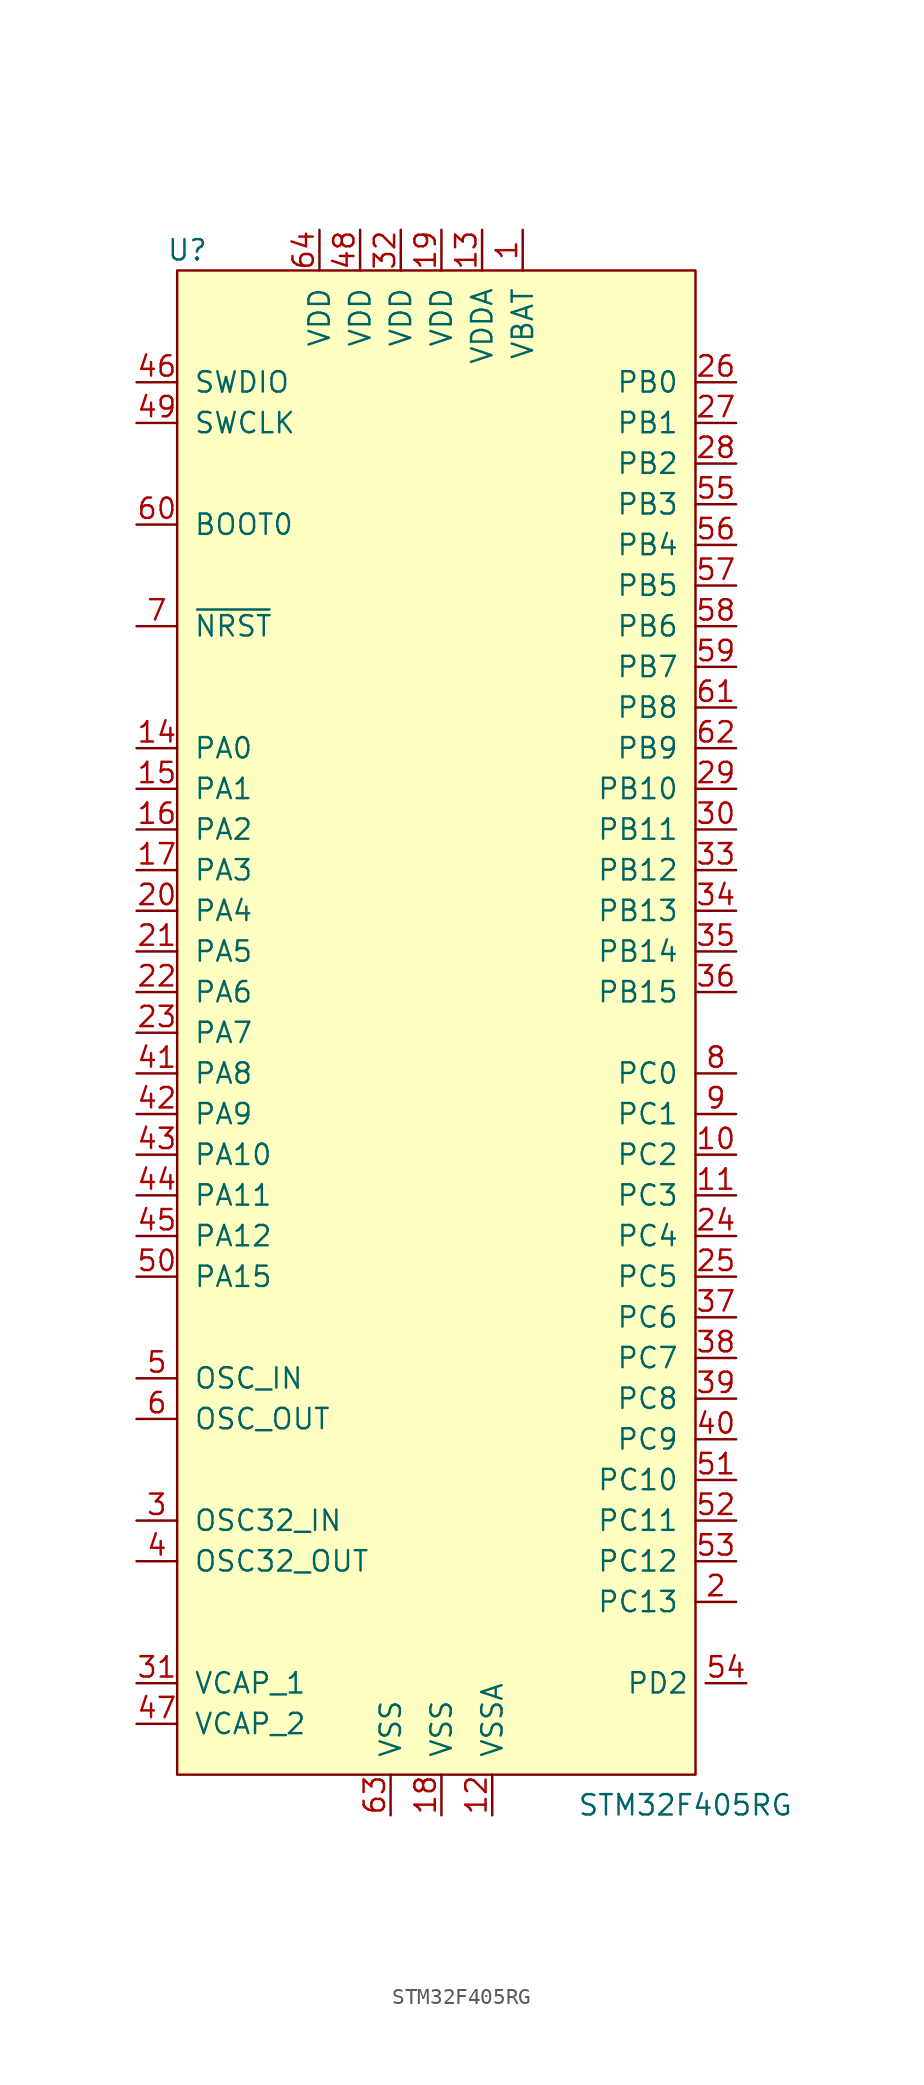
<source format=kicad_sym>
(kicad_symbol_lib
  (version 20231120)
  (generator "kicad_symbol_editor")
  (generator_version "8.0")
  (symbol "STM32F405RG"
    (pin_names
      (offset 1.016))
    (property "Reference" "U"
      (at -15.875 48.895 0)
      (effects (font (size 1.27 1.27))))
    (property "Value" "STM32F405RG"
      (at 15.24 -48.26 0)
      (effects (font (size 1.27 1.27))))
    (symbol "STM32F405RG_0_0"
      (pin power_in line (at 5.08 50.165 270) (length 2.54) (name "VBAT" (effects (font (size 1.27 1.27)))) (number "1" (effects (font (size 1.27 1.27)))))
      (pin bidirectional line (at 18.415 -7.62 180) (length 2.54) (name "PC2" (effects (font (size 1.27 1.27)))) (number "10" (effects (font (size 1.27 1.27)))))
      (pin bidirectional line (at 18.415 -10.16 180) (length 2.54) (name "PC3" (effects (font (size 1.27 1.27)))) (number "11" (effects (font (size 1.27 1.27)))))
      (pin power_in line (at 3.175 -48.895 90) (length 2.54) (name "VSSA" (effects (font (size 1.27 1.27)))) (number "12" (effects (font (size 1.27 1.27)))))
      (pin power_in line (at 2.54 50.165 270) (length 2.54) (name "VDDA" (effects (font (size 1.27 1.27)))) (number "13" (effects (font (size 1.27 1.27)))))
      (pin bidirectional line (at -19.05 17.78 0) (length 2.54) (name "PA0" (effects (font (size 1.27 1.27)))) (number "14" (effects (font (size 1.27 1.27)))))
      (pin bidirectional line (at -19.05 15.24 0) (length 2.54) (name "PA1" (effects (font (size 1.27 1.27)))) (number "15" (effects (font (size 1.27 1.27)))))
      (pin bidirectional line (at -19.05 12.7 0) (length 2.54) (name "PA2" (effects (font (size 1.27 1.27)))) (number "16" (effects (font (size 1.27 1.27)))))
      (pin bidirectional line (at -19.05 10.16 0) (length 2.54) (name "PA3" (effects (font (size 1.27 1.27)))) (number "17" (effects (font (size 1.27 1.27)))))
      (pin power_in line (at 0 -48.895 90) (length 2.54) (name "VSS" (effects (font (size 1.27 1.27)))) (number "18" (effects (font (size 1.27 1.27)))))
      (pin power_in line (at 0 50.165 270) (length 2.54) (name "VDD" (effects (font (size 1.27 1.27)))) (number "19" (effects (font (size 1.27 1.27)))))
      (pin bidirectional line (at 18.415 -35.56 180) (length 2.54) (name "PC13" (effects (font (size 1.27 1.27)))) (number "2" (effects (font (size 1.27 1.27)))))
      (pin bidirectional line (at -19.05 7.62 0) (length 2.54) (name "PA4" (effects (font (size 1.27 1.27)))) (number "20" (effects (font (size 1.27 1.27)))))
      (pin bidirectional line (at -19.05 5.08 0) (length 2.54) (name "PA5" (effects (font (size 1.27 1.27)))) (number "21" (effects (font (size 1.27 1.27)))))
      (pin bidirectional line (at -19.05 2.54 0) (length 2.54) (name "PA6" (effects (font (size 1.27 1.27)))) (number "22" (effects (font (size 1.27 1.27)))))
      (pin bidirectional line (at -19.05 0 0) (length 2.54) (name "PA7" (effects (font (size 1.27 1.27)))) (number "23" (effects (font (size 1.27 1.27)))))
      (pin bidirectional line (at 18.415 -12.7 180) (length 2.54) (name "PC4" (effects (font (size 1.27 1.27)))) (number "24" (effects (font (size 1.27 1.27)))))
      (pin bidirectional line (at 18.415 -15.24 180) (length 2.54) (name "PC5" (effects (font (size 1.27 1.27)))) (number "25" (effects (font (size 1.27 1.27)))))
      (pin bidirectional line (at 18.415 40.64 180) (length 2.54) (name "PB0" (effects (font (size 1.27 1.27)))) (number "26" (effects (font (size 1.27 1.27)))))
      (pin bidirectional line (at 18.415 38.1 180) (length 2.54) (name "PB1" (effects (font (size 1.27 1.27)))) (number "27" (effects (font (size 1.27 1.27)))))
      (pin bidirectional line (at 18.415 35.56 180) (length 2.54) (name "PB2" (effects (font (size 1.27 1.27)))) (number "28" (effects (font (size 1.27 1.27)))))
      (pin bidirectional line (at 18.415 15.24 180) (length 2.54) (name "PB10" (effects (font (size 1.27 1.27)))) (number "29" (effects (font (size 1.27 1.27)))))
      (pin input line (at -19.05 -30.48 0) (length 2.54) (name "OSC32_IN" (effects (font (size 1.27 1.27)))) (number "3" (effects (font (size 1.27 1.27)))))
      (pin bidirectional line (at 18.415 12.7 180) (length 2.54) (name "PB11" (effects (font (size 1.27 1.27)))) (number "30" (effects (font (size 1.27 1.27)))))
      (pin passive line (at -19.05 -40.64 0) (length 2.54) (name "VCAP_1" (effects (font (size 1.27 1.27)))) (number "31" (effects (font (size 1.27 1.27)))))
      (pin power_in line (at -2.54 50.165 270) (length 2.54) (name "VDD" (effects (font (size 1.27 1.27)))) (number "32" (effects (font (size 1.27 1.27)))))
      (pin bidirectional line (at 18.415 10.16 180) (length 2.54) (name "PB12" (effects (font (size 1.27 1.27)))) (number "33" (effects (font (size 1.27 1.27)))))
      (pin bidirectional line (at 18.415 7.62 180) (length 2.54) (name "PB13" (effects (font (size 1.27 1.27)))) (number "34" (effects (font (size 1.27 1.27)))))
      (pin bidirectional line (at 18.415 5.08 180) (length 2.54) (name "PB14" (effects (font (size 1.27 1.27)))) (number "35" (effects (font (size 1.27 1.27)))))
      (pin bidirectional line (at 18.415 2.54 180) (length 2.54) (name "PB15" (effects (font (size 1.27 1.27)))) (number "36" (effects (font (size 1.27 1.27)))))
      (pin bidirectional line (at 18.415 -17.78 180) (length 2.54) (name "PC6" (effects (font (size 1.27 1.27)))) (number "37" (effects (font (size 1.27 1.27)))))
      (pin bidirectional line (at 18.415 -20.32 180) (length 2.54) (name "PC7" (effects (font (size 1.27 1.27)))) (number "38" (effects (font (size 1.27 1.27)))))
      (pin bidirectional line (at 18.415 -22.86 180) (length 2.54) (name "PC8" (effects (font (size 1.27 1.27)))) (number "39" (effects (font (size 1.27 1.27)))))
      (pin output line (at -19.05 -33.02 0) (length 2.54) (name "OSC32_OUT" (effects (font (size 1.27 1.27)))) (number "4" (effects (font (size 1.27 1.27)))))
      (pin bidirectional line (at 18.415 -25.4 180) (length 2.54) (name "PC9" (effects (font (size 1.27 1.27)))) (number "40" (effects (font (size 1.27 1.27)))))
      (pin bidirectional line (at -19.05 -2.54 0) (length 2.54) (name "PA8" (effects (font (size 1.27 1.27)))) (number "41" (effects (font (size 1.27 1.27)))))
      (pin bidirectional line (at -19.05 -5.08 0) (length 2.54) (name "PA9" (effects (font (size 1.27 1.27)))) (number "42" (effects (font (size 1.27 1.27)))))
      (pin bidirectional line (at -19.05 -7.62 0) (length 2.54) (name "PA10" (effects (font (size 1.27 1.27)))) (number "43" (effects (font (size 1.27 1.27)))))
      (pin bidirectional line (at -19.05 -10.16 0) (length 2.54) (name "PA11" (effects (font (size 1.27 1.27)))) (number "44" (effects (font (size 1.27 1.27)))))
      (pin bidirectional line (at -19.05 -12.7 0) (length 2.54) (name "PA12" (effects (font (size 1.27 1.27)))) (number "45" (effects (font (size 1.27 1.27)))))
      (pin input line (at -19.05 40.64 0) (length 2.54) (name "SWDIO" (effects (font (size 1.27 1.27)))) (number "46" (effects (font (size 1.27 1.27)))))
      (pin passive line (at -19.05 -43.18 0) (length 2.54) (name "VCAP_2" (effects (font (size 1.27 1.27)))) (number "47" (effects (font (size 1.27 1.27)))))
      (pin power_in line (at -5.08 50.165 270) (length 2.54) (name "VDD" (effects (font (size 1.27 1.27)))) (number "48" (effects (font (size 1.27 1.27)))))
      (pin input line (at -19.05 38.1 0) (length 2.54) (name "SWCLK" (effects (font (size 1.27 1.27)))) (number "49" (effects (font (size 1.27 1.27)))))
      (pin input line (at -19.05 -21.59 0) (length 2.54) (name "OSC_IN" (effects (font (size 1.27 1.27)))) (number "5" (effects (font (size 1.27 1.27)))))
      (pin bidirectional line (at -19.05 -15.24 0) (length 2.54) (name "PA15" (effects (font (size 1.27 1.27)))) (number "50" (effects (font (size 1.27 1.27)))))
      (pin bidirectional line (at 18.415 -27.94 180) (length 2.54) (name "PC10" (effects (font (size 1.27 1.27)))) (number "51" (effects (font (size 1.27 1.27)))))
      (pin bidirectional line (at 18.415 -30.48 180) (length 2.54) (name "PC11" (effects (font (size 1.27 1.27)))) (number "52" (effects (font (size 1.27 1.27)))))
      (pin bidirectional line (at 18.415 -33.02 180) (length 2.54) (name "PC12" (effects (font (size 1.27 1.27)))) (number "53" (effects (font (size 1.27 1.27)))))
      (pin bidirectional line (at 19.05 -40.64 180) (length 2.54) (name "PD2" (effects (font (size 1.27 1.27)))) (number "54" (effects (font (size 1.27 1.27)))))
      (pin bidirectional line (at 18.415 33.02 180) (length 2.54) (name "PB3" (effects (font (size 1.27 1.27)))) (number "55" (effects (font (size 1.27 1.27)))))
      (pin bidirectional line (at 18.415 30.48 180) (length 2.54) (name "PB4" (effects (font (size 1.27 1.27)))) (number "56" (effects (font (size 1.27 1.27)))))
      (pin bidirectional line (at 18.415 27.94 180) (length 2.54) (name "PB5" (effects (font (size 1.27 1.27)))) (number "57" (effects (font (size 1.27 1.27)))))
      (pin bidirectional line (at 18.415 25.4 180) (length 2.54) (name "PB6" (effects (font (size 1.27 1.27)))) (number "58" (effects (font (size 1.27 1.27)))))
      (pin bidirectional line (at 18.415 22.86 180) (length 2.54) (name "PB7" (effects (font (size 1.27 1.27)))) (number "59" (effects (font (size 1.27 1.27)))))
      (pin output line (at -19.05 -24.13 0) (length 2.54) (name "OSC_OUT" (effects (font (size 1.27 1.27)))) (number "6" (effects (font (size 1.27 1.27)))))
      (pin input line (at -19.05 31.75 0) (length 2.54) (name "BOOT0" (effects (font (size 1.27 1.27)))) (number "60" (effects (font (size 1.27 1.27)))))
      (pin bidirectional line (at 18.415 20.32 180) (length 2.54) (name "PB8" (effects (font (size 1.27 1.27)))) (number "61" (effects (font (size 1.27 1.27)))))
      (pin bidirectional line (at 18.415 17.78 180) (length 2.54) (name "PB9" (effects (font (size 1.27 1.27)))) (number "62" (effects (font (size 1.27 1.27)))))
      (pin power_in line (at -3.175 -48.895 90) (length 2.54) (name "VSS" (effects (font (size 1.27 1.27)))) (number "63" (effects (font (size 1.27 1.27)))))
      (pin power_in line (at -7.62 50.165 270) (length 2.54) (name "VDD" (effects (font (size 1.27 1.27)))) (number "64" (effects (font (size 1.27 1.27)))))
      (pin input line (at -19.05 25.4 0) (length 2.54) (name "~{NRST}" (effects (font (size 1.27 1.27)))) (number "7" (effects (font (size 1.27 1.27)))))
      (pin bidirectional line (at 18.415 -2.54 180) (length 2.54) (name "PC0" (effects (font (size 1.27 1.27)))) (number "8" (effects (font (size 1.27 1.27)))))
      (pin bidirectional line (at 18.415 -5.08 180) (length 2.54) (name "PC1" (effects (font (size 1.27 1.27)))) (number "9" (effects (font (size 1.27 1.27))))))
    (symbol "STM32F405RG_0_1"
      (rectangle (start -16.51 47.625) (end 15.875 -46.355) (stroke (width 0) (type default)) (fill (type background))))))
</source>
